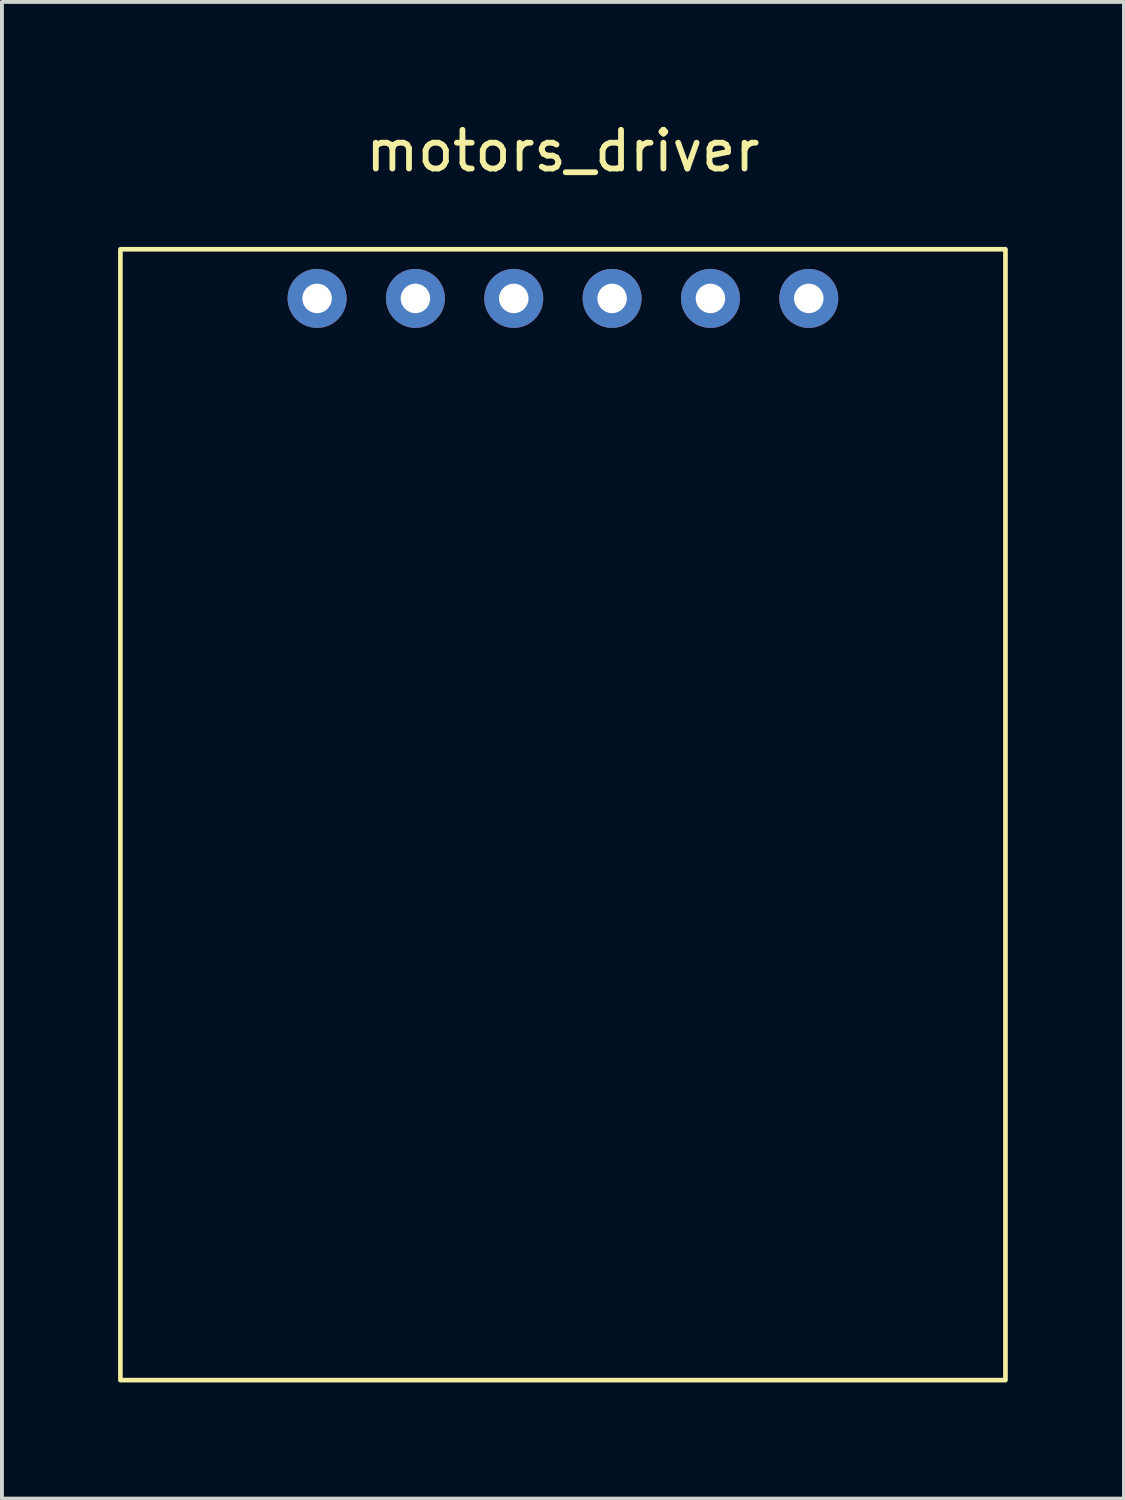
<source format=kicad_pcb>
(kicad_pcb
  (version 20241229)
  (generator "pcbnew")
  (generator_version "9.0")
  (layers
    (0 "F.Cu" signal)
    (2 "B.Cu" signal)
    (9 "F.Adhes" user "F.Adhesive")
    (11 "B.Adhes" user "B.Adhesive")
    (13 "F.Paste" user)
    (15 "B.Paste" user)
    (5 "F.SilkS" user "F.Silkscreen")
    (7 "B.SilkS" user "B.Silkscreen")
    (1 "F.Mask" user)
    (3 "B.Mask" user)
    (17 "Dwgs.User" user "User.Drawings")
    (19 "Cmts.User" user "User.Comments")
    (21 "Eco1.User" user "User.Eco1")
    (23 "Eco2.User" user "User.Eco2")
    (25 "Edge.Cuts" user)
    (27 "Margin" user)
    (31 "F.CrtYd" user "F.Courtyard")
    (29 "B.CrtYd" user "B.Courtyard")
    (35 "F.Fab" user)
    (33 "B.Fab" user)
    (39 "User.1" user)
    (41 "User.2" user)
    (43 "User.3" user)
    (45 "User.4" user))
  (footprint "motors_driver"
    (layer "F.Cu")
    (at 11.49 3.388)
    (property "Reference" "motors_driver" (at 0 -2.54 0) (unlocked yes) (layer "F.SilkS") (effects (font (size 1 1) (thickness 0.15))))
    (attr through_hole)
    (fp_rect (start -11.43 0) (end 11.43 29.21) (stroke (width 0.12) (type solid)) (fill no) (layer "F.SilkS"))
    (pad "1" thru_hole circle (at -6.35 1.27) (size 1.524 1.524) (drill 0.762) (layers "*.Cu" "*.Mask"))
    (pad "2" thru_hole circle (at -3.81 1.27) (size 1.524 1.524) (drill 0.762) (layers "*.Cu" "*.Mask"))
    (pad "3" thru_hole circle (at -1.27 1.27) (size 1.524 1.524) (drill 0.762) (layers "*.Cu" "*.Mask"))
    (pad "4" thru_hole circle (at 1.27 1.27) (size 1.524 1.524) (drill 0.762) (layers "*.Cu" "*.Mask"))
    (pad "5" thru_hole circle (at 3.81 1.27) (size 1.524 1.524) (drill 0.762) (layers "*.Cu" "*.Mask"))
    (pad "6" thru_hole circle (at 6.35 1.27) (size 1.524 1.524) (drill 0.762) (layers "*.Cu" "*.Mask")))
  (gr_rect
    (start -3 -3)
    (end 25.98 35.658)
    (stroke (width 0.1) (type default))
    (fill no)
    (layer "Edge.Cuts")))
</source>
